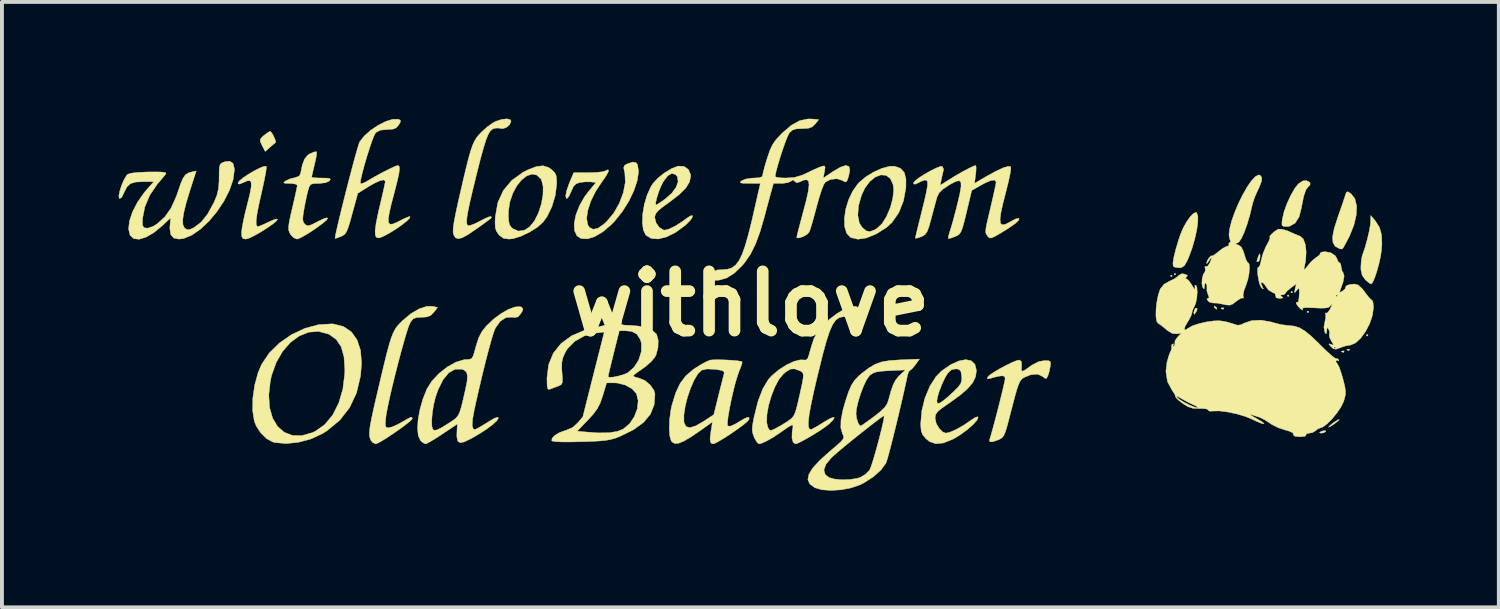
<source format=kicad_pcb>
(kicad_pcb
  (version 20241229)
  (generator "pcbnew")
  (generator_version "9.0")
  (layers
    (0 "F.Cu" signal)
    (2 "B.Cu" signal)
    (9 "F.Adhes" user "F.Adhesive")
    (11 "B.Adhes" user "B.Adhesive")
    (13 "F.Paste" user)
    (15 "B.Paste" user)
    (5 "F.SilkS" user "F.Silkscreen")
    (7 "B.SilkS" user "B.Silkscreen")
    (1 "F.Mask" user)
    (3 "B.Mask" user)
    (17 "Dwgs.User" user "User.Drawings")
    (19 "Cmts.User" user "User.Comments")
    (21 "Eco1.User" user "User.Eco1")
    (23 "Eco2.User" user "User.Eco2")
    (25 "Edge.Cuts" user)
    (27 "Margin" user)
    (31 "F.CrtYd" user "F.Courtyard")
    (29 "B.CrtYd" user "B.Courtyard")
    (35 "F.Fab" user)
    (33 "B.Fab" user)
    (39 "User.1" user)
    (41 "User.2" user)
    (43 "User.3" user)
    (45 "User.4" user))
  (footprint "withlove"
    (layer "F.Cu")
    (at 16.229 4.759)
    (property "Reference" "withlove" (at 0 0 0) (layer "F.SilkS") (effects (font (size 1.524 1.524) (thickness 0.3))))
    (attr through_hole)
    (fp_poly (pts (xy 10.853 -0.716) (xy 10.83 -0.693) (xy 10.807 -0.716) (xy 10.83 -0.739) (xy 10.853 -0.716)) (stroke (width 0.01) (type solid)) (fill yes) (layer "F.SilkS"))
    (fp_poly (pts (xy 10.945 -0.762) (xy 10.922 -0.739) (xy 10.899 -0.762) (xy 10.922 -0.785) (xy 10.945 -0.762)) (stroke (width 0.01) (type solid)) (fill yes) (layer "F.SilkS"))
    (fp_poly (pts (xy 13.855 -0.208) (xy 13.831 -0.185) (xy 13.808 -0.208) (xy 13.831 -0.231) (xy 13.855 -0.208)) (stroke (width 0.01) (type solid)) (fill yes) (layer "F.SilkS"))
    (fp_poly (pts (xy 13.947 -0.3) (xy 13.924 -0.277) (xy 13.901 -0.3) (xy 13.924 -0.323) (xy 13.947 -0.3)) (stroke (width 0.01) (type solid)) (fill yes) (layer "F.SilkS"))
    (fp_poly (pts (xy 14.363 0.208) (xy 14.339 0.231) (xy 14.316 0.208) (xy 14.339 0.185) (xy 14.363 0.208)) (stroke (width 0.01) (type solid)) (fill yes) (layer "F.SilkS"))
    (fp_poly (pts (xy 15.887 0.808) (xy 15.863 0.831) (xy 15.84 0.808) (xy 15.863 0.785) (xy 15.887 0.808)) (stroke (width 0.01) (type solid)) (fill yes) (layer "F.SilkS"))
    (fp_poly (pts (xy 12.177 0.108) (xy 12.17 0.135) (xy 12.146 0.139) (xy 12.108 0.122) (xy 12.115 0.108) (xy 12.17 0.102) (xy 12.177 0.108)) (stroke (width 0.01) (type solid)) (fill yes) (layer "F.SilkS"))
    (fp_poly (pts (xy 15.271 1.216) (xy 15.264 1.244) (xy 15.24 1.247) (xy 15.202 1.23) (xy 15.209 1.216) (xy 15.264 1.211) (xy 15.271 1.216)) (stroke (width 0.01) (type solid)) (fill yes) (layer "F.SilkS"))
    (fp_poly (pts (xy 15.409 1.17) (xy 15.403 1.197) (xy 15.379 1.201) (xy 15.341 1.184) (xy 15.348 1.17) (xy 15.403 1.164) (xy 15.409 1.17)) (stroke (width 0.01) (type solid)) (fill yes) (layer "F.SilkS"))
    (fp_poly (pts (xy 11.954 0.065) (xy 12.004 0.111) (xy 11.993 0.138) (xy 11.987 0.139) (xy 11.948 0.106) (xy 11.934 0.085) (xy 11.928 0.054) (xy 11.954 0.065)) (stroke (width 0.01) (type solid)) (fill yes) (layer "F.SilkS"))
    (fp_poly (pts (xy 11.487 0.167) (xy 11.453 0.231) (xy 11.417 0.274) (xy 11.408 0.233) (xy 11.408 0.222) (xy 11.431 0.139) (xy 11.453 0.115) (xy 11.494 0.112) (xy 11.487 0.167)) (stroke (width 0.01) (type solid)) (fill yes) (layer "F.SilkS"))
    (fp_poly (pts (xy 14.799 3.283) (xy 14.748 3.315) (xy 14.678 3.326) (xy 14.64 3.31) (xy 14.64 3.307) (xy 14.678 3.283) (xy 14.732 3.266) (xy 14.795 3.262) (xy 14.799 3.283)) (stroke (width 0.01) (type solid)) (fill yes) (layer "F.SilkS"))
    (fp_poly (pts (xy 13.11 -1.263) (xy 13.112 -1.215) (xy 13.096 -1.122) (xy 13.069 -1.085) (xy 13.029 -1.082) (xy 13.027 -1.094) (xy 13.046 -1.163) (xy 13.069 -1.224) (xy 13.1 -1.287) (xy 13.11 -1.263)) (stroke (width 0.01) (type solid)) (fill yes) (layer "F.SilkS"))
    (fp_poly (pts (xy 15.148 2.972) (xy 15.114 3.012) (xy 15.03 3.079) (xy 15.009 3.094) (xy 14.92 3.152) (xy 14.873 3.172) (xy 14.871 3.17) (xy 14.904 3.131) (xy 14.988 3.063) (xy 15.009 3.048) (xy 15.098 2.99) (xy 15.145 2.97) (xy 15.148 2.972)) (stroke (width 0.01) (type solid)) (fill yes) (layer "F.SilkS"))
    (fp_poly (pts (xy -12.296 -4.398) (xy -12.248 -4.315) (xy -12.208 -4.222) (xy -12.193 -4.155) (xy -12.197 -4.143) (xy -12.24 -4.109) (xy -12.323 -4.038) (xy -12.338 -4.025) (xy -12.462 -3.916) (xy -12.541 -4.068) (xy -12.589 -4.171) (xy -12.586 -4.235) (xy -12.526 -4.301) (xy -12.495 -4.327) (xy -12.403 -4.398) (xy -12.338 -4.433) (xy -12.334 -4.433) (xy -12.296 -4.398)) (stroke (width 0.01) (type solid)) (fill yes) (layer "F.SilkS"))
    (fp_poly (pts (xy 14.396 -3.115) (xy 14.396 -3.055) (xy 14.36 -3.023) (xy 14.292 -2.935) (xy 14.232 -2.764) (xy 14.183 -2.518) (xy 14.176 -2.477) (xy 14.115 -2.236) (xy 14.012 -2.074) (xy 13.871 -1.994) (xy 13.794 -1.986) (xy 13.71 -1.991) (xy 13.674 -2.023) (xy 13.674 -2.106) (xy 13.685 -2.185) (xy 13.728 -2.368) (xy 13.805 -2.581) (xy 13.903 -2.792) (xy 14.007 -2.972) (xy 14.099 -3.087) (xy 14.219 -3.164) (xy 14.312 -3.165) (xy 14.396 -3.115)) (stroke (width 0.01) (type solid)) (fill yes) (layer "F.SilkS"))
    (fp_poly (pts (xy 11.482 -2.341) (xy 11.512 -2.255) (xy 11.511 -2.102) (xy 11.484 -1.901) (xy 11.433 -1.67) (xy 11.363 -1.429) (xy 11.277 -1.196) (xy 11.233 -1.097) (xy 11.164 -0.98) (xy 11.087 -0.931) (xy 11.029 -0.924) (xy 10.927 -0.938) (xy 10.878 -0.967) (xy 10.871 -1.045) (xy 10.894 -1.193) (xy 10.943 -1.395) (xy 11.015 -1.636) (xy 11.062 -1.776) (xy 11.135 -1.949) (xy 11.224 -2.11) (xy 11.318 -2.242) (xy 11.404 -2.327) (xy 11.469 -2.35) (xy 11.482 -2.341)) (stroke (width 0.01) (type solid)) (fill yes) (layer "F.SilkS"))
    (fp_poly (pts (xy 15.431 -2.842) (xy 15.449 -2.829) (xy 15.548 -2.702) (xy 15.593 -2.516) (xy 15.584 -2.284) (xy 15.522 -2.02) (xy 15.409 -1.739) (xy 15.371 -1.665) (xy 15.294 -1.521) (xy 15.248 -1.44) (xy 15.216 -1.408) (xy 15.185 -1.408) (xy 15.148 -1.42) (xy 15.041 -1.479) (xy 14.984 -1.577) (xy 14.975 -1.725) (xy 15.016 -1.933) (xy 15.104 -2.209) (xy 15.106 -2.217) (xy 15.175 -2.413) (xy 15.238 -2.594) (xy 15.282 -2.73) (xy 15.292 -2.76) (xy 15.326 -2.859) (xy 15.363 -2.882) (xy 15.431 -2.842)) (stroke (width 0.01) (type solid)) (fill yes) (layer "F.SilkS"))
    (fp_poly (pts (xy 16.079 -2.123) (xy 16.18 -1.964) (xy 16.233 -1.777) (xy 16.243 -1.538) (xy 16.231 -1.373) (xy 16.206 -1.206) (xy 16.164 -1.019) (xy 16.113 -0.834) (xy 16.059 -0.673) (xy 16.008 -0.557) (xy 15.969 -0.508) (xy 15.966 -0.508) (xy 15.911 -0.538) (xy 15.826 -0.61) (xy 15.815 -0.621) (xy 15.735 -0.731) (xy 15.704 -0.871) (xy 15.702 -0.942) (xy 15.711 -1.096) (xy 15.734 -1.228) (xy 15.743 -1.256) (xy 15.805 -1.435) (xy 15.864 -1.646) (xy 15.914 -1.854) (xy 15.945 -2.029) (xy 15.952 -2.108) (xy 15.956 -2.27) (xy 16.079 -2.123)) (stroke (width 0.01) (type solid)) (fill yes) (layer "F.SilkS"))
    (fp_poly (pts (xy -12.433 -3.535) (xy -12.433 -3.482) (xy -12.451 -3.357) (xy -12.486 -3.176) (xy -12.534 -2.955) (xy -12.552 -2.873) (xy -12.625 -2.551) (xy -12.672 -2.31) (xy -12.694 -2.141) (xy -12.693 -2.037) (xy -12.67 -1.99) (xy -12.652 -1.986) (xy -12.587 -2.005) (xy -12.47 -2.056) (xy -12.375 -2.102) (xy -12.251 -2.157) (xy -12.168 -2.18) (xy -12.146 -2.17) (xy -12.183 -2.12) (xy -12.282 -2.04) (xy -12.421 -1.944) (xy -12.578 -1.845) (xy -12.734 -1.756) (xy -12.866 -1.691) (xy -12.954 -1.663) (xy -12.96 -1.663) (xy -13.033 -1.675) (xy -13.064 -1.73) (xy -13.069 -1.832) (xy -13.058 -1.944) (xy -13.026 -2.119) (xy -12.978 -2.334) (xy -12.924 -2.551) (xy -12.858 -2.813) (xy -12.823 -2.997) (xy -12.82 -3.111) (xy -12.85 -3.164) (xy -12.915 -3.164) (xy -13.016 -3.121) (xy -13.018 -3.12) (xy -13.118 -3.077) (xy -13.158 -3.086) (xy -13.162 -3.105) (xy -13.125 -3.16) (xy -13.029 -3.239) (xy -12.895 -3.329) (xy -12.747 -3.416) (xy -12.606 -3.489) (xy -12.494 -3.533) (xy -12.434 -3.536) (xy -12.433 -3.535)) (stroke (width 0.01) (type solid)) (fill yes) (layer "F.SilkS"))
    (fp_poly (pts (xy 3.872 -3.479) (xy 3.967 -3.371) (xy 4.009 -3.201) (xy 4.007 -2.985) (xy 3.945 -2.645) (xy 3.824 -2.341) (xy 3.65 -2.091) (xy 3.508 -1.961) (xy 3.24 -1.793) (xy 2.991 -1.692) (xy 2.772 -1.66) (xy 2.594 -1.702) (xy 2.578 -1.71) (xy 2.482 -1.817) (xy 2.432 -1.983) (xy 2.425 -2.191) (xy 2.438 -2.276) (xy 2.771 -2.276) (xy 2.809 -2.079) (xy 2.884 -1.961) (xy 2.988 -1.875) (xy 3.081 -1.855) (xy 3.198 -1.899) (xy 3.262 -1.936) (xy 3.392 -2.058) (xy 3.51 -2.246) (xy 3.606 -2.472) (xy 3.67 -2.709) (xy 3.693 -2.93) (xy 3.677 -3.065) (xy 3.606 -3.22) (xy 3.498 -3.301) (xy 3.367 -3.313) (xy 3.223 -3.26) (xy 3.081 -3.146) (xy 2.953 -2.975) (xy 2.866 -2.789) (xy 2.789 -2.518) (xy 2.771 -2.276) (xy 2.438 -2.276) (xy 2.458 -2.423) (xy 2.529 -2.661) (xy 2.633 -2.886) (xy 2.769 -3.08) (xy 2.803 -3.118) (xy 2.975 -3.262) (xy 3.18 -3.388) (xy 3.393 -3.483) (xy 3.587 -3.534) (xy 3.719 -3.536) (xy 3.872 -3.479)) (stroke (width 0.01) (type solid)) (fill yes) (layer "F.SilkS"))
    (fp_poly (pts (xy -5.177 -3.504) (xy -5.094 -3.444) (xy -5.02 -3.37) (xy -4.982 -3.29) (xy -4.97 -3.173) (xy -4.971 -3.063) (xy -5.006 -2.786) (xy -5.091 -2.502) (xy -5.213 -2.247) (xy -5.319 -2.1) (xy -5.466 -1.969) (xy -5.663 -1.845) (xy -5.877 -1.742) (xy -6.077 -1.677) (xy -6.192 -1.663) (xy -6.337 -1.683) (xy -6.441 -1.759) (xy -6.467 -1.79) (xy -6.521 -1.871) (xy -6.548 -1.96) (xy -6.554 -2.088) (xy -6.547 -2.24) (xy -6.533 -2.317) (xy -6.211 -2.317) (xy -6.206 -2.149) (xy -6.187 -2.045) (xy -6.144 -1.974) (xy -6.099 -1.933) (xy -5.955 -1.869) (xy -5.797 -1.892) (xy -5.664 -1.978) (xy -5.541 -2.13) (xy -5.439 -2.334) (xy -5.364 -2.565) (xy -5.322 -2.799) (xy -5.318 -3.012) (xy -5.358 -3.177) (xy -5.375 -3.208) (xy -5.482 -3.31) (xy -5.606 -3.333) (xy -5.739 -3.288) (xy -5.872 -3.185) (xy -5.994 -3.033) (xy -6.097 -2.843) (xy -6.172 -2.624) (xy -6.209 -2.387) (xy -6.211 -2.317) (xy -6.533 -2.317) (xy -6.483 -2.601) (xy -6.341 -2.913) (xy -6.122 -3.174) (xy -5.826 -3.386) (xy -5.706 -3.446) (xy -5.489 -3.529) (xy -5.319 -3.548) (xy -5.177 -3.504)) (stroke (width 0.01) (type solid)) (fill yes) (layer "F.SilkS"))
    (fp_poly (pts (xy -10.707 0.519) (xy -10.45 0.584) (xy -10.247 0.721) (xy -10.101 0.926) (xy -10.012 1.195) (xy -9.985 1.524) (xy -10.012 1.858) (xy -10.115 2.291) (xy -10.293 2.669) (xy -10.545 2.992) (xy -10.873 3.263) (xy -10.992 3.337) (xy -11.286 3.474) (xy -11.607 3.56) (xy -11.925 3.593) (xy -12.212 3.566) (xy -12.268 3.552) (xy -12.424 3.468) (xy -12.574 3.322) (xy -12.693 3.142) (xy -12.743 3.015) (xy -12.785 2.742) (xy -12.78 2.424) (xy -12.769 2.348) (xy -12.37 2.348) (xy -12.349 2.669) (xy -12.272 2.939) (xy -12.145 3.152) (xy -11.973 3.302) (xy -11.763 3.383) (xy -11.519 3.388) (xy -11.248 3.311) (xy -11.172 3.275) (xy -10.93 3.104) (xy -10.728 2.859) (xy -10.572 2.551) (xy -10.466 2.193) (xy -10.418 1.796) (xy -10.415 1.686) (xy -10.438 1.358) (xy -10.51 1.104) (xy -10.636 0.916) (xy -10.818 0.786) (xy -10.843 0.775) (xy -11.093 0.71) (xy -11.344 0.73) (xy -11.587 0.827) (xy -11.813 0.993) (xy -12.013 1.221) (xy -12.176 1.502) (xy -12.295 1.831) (xy -12.33 1.984) (xy -12.37 2.348) (xy -12.769 2.348) (xy -12.732 2.09) (xy -12.646 1.773) (xy -12.557 1.561) (xy -12.361 1.268) (xy -12.097 1.009) (xy -11.786 0.793) (xy -11.444 0.632) (xy -11.092 0.536) (xy -10.748 0.516) (xy -10.707 0.519)) (stroke (width 0.01) (type solid)) (fill yes) (layer "F.SilkS"))
    (fp_poly (pts (xy -6.161 -4.732) (xy -6.142 -4.695) (xy -6.179 -4.606) (xy -6.264 -4.532) (xy -6.36 -4.501) (xy -6.39 -4.507) (xy -6.493 -4.519) (xy -6.576 -4.508) (xy -6.632 -4.483) (xy -6.683 -4.432) (xy -6.734 -4.344) (xy -6.788 -4.209) (xy -6.848 -4.017) (xy -6.92 -3.759) (xy -7.005 -3.425) (xy -7.04 -3.283) (xy -7.132 -2.908) (xy -7.201 -2.612) (xy -7.248 -2.387) (xy -7.275 -2.224) (xy -7.285 -2.113) (xy -7.277 -2.045) (xy -7.255 -2.012) (xy -7.254 -2.011) (xy -7.189 -2.015) (xy -7.073 -2.059) (xy -6.944 -2.124) (xy -6.808 -2.195) (xy -6.706 -2.237) (xy -6.661 -2.243) (xy -6.647 -2.23) (xy -6.647 -2.215) (xy -6.672 -2.189) (xy -6.733 -2.141) (xy -6.844 -2.061) (xy -7.017 -1.937) (xy -7.038 -1.923) (xy -7.246 -1.781) (xy -7.396 -1.699) (xy -7.5 -1.672) (xy -7.57 -1.697) (xy -7.618 -1.773) (xy -7.621 -1.781) (xy -7.633 -1.846) (xy -7.629 -1.948) (xy -7.608 -2.099) (xy -7.568 -2.311) (xy -7.507 -2.594) (xy -7.463 -2.786) (xy -7.373 -3.178) (xy -7.298 -3.491) (xy -7.236 -3.737) (xy -7.183 -3.925) (xy -7.134 -4.069) (xy -7.085 -4.178) (xy -7.034 -4.264) (xy -6.975 -4.338) (xy -6.905 -4.412) (xy -6.897 -4.42) (xy -6.759 -4.543) (xy -6.618 -4.645) (xy -6.534 -4.691) (xy -6.377 -4.741) (xy -6.245 -4.754) (xy -6.161 -4.732)) (stroke (width 0.01) (type solid)) (fill yes) (layer "F.SilkS"))
    (fp_poly (pts (xy -1.696 -3.531) (xy -1.581 -3.451) (xy -1.526 -3.317) (xy -1.524 -3.283) (xy -1.555 -3.132) (xy -1.652 -2.975) (xy -1.823 -2.805) (xy -2.074 -2.612) (xy -2.249 -2.486) (xy -2.36 -2.394) (xy -2.42 -2.322) (xy -2.445 -2.255) (xy -2.448 -2.214) (xy -2.415 -2.082) (xy -2.335 -1.967) (xy -2.231 -1.9) (xy -2.191 -1.893) (xy -2.076 -1.923) (xy -1.916 -2.002) (xy -1.735 -2.118) (xy -1.651 -2.181) (xy -1.539 -2.256) (xy -1.483 -2.269) (xy -1.48 -2.231) (xy -1.529 -2.154) (xy -1.63 -2.049) (xy -1.671 -2.013) (xy -1.913 -1.835) (xy -2.147 -1.718) (xy -2.361 -1.666) (xy -2.542 -1.681) (xy -2.677 -1.764) (xy -2.741 -1.892) (xy -2.767 -2.081) (xy -2.758 -2.309) (xy -2.717 -2.554) (xy -2.701 -2.608) (xy -2.423 -2.608) (xy -2.423 -2.545) (xy -2.416 -2.54) (xy -2.369 -2.565) (xy -2.272 -2.629) (xy -2.185 -2.69) (xy -2.014 -2.84) (xy -1.899 -2.995) (xy -1.848 -3.142) (xy -1.867 -3.266) (xy -1.911 -3.32) (xy -2.008 -3.352) (xy -2.113 -3.293) (xy -2.227 -3.143) (xy -2.238 -3.123) (xy -2.297 -3.004) (xy -2.353 -2.862) (xy -2.397 -2.721) (xy -2.423 -2.608) (xy -2.701 -2.608) (xy -2.646 -2.794) (xy -2.549 -3.007) (xy -2.497 -3.09) (xy -2.367 -3.231) (xy -2.194 -3.369) (xy -2.009 -3.479) (xy -1.848 -3.54) (xy -1.696 -3.531)) (stroke (width 0.01) (type solid)) (fill yes) (layer "F.SilkS"))
    (fp_poly (pts (xy 6.976 1.486) (xy 6.982 1.596) (xy 6.981 1.611) (xy 6.976 1.697) (xy 6.992 1.733) (xy 7.044 1.718) (xy 7.146 1.649) (xy 7.24 1.579) (xy 7.418 1.487) (xy 7.563 1.46) (xy 7.676 1.462) (xy 7.721 1.491) (xy 7.723 1.567) (xy 7.722 1.584) (xy 7.694 1.731) (xy 7.663 1.833) (xy 7.625 1.913) (xy 7.583 1.916) (xy 7.534 1.876) (xy 7.398 1.809) (xy 7.223 1.822) (xy 7.086 1.875) (xy 7.03 1.903) (xy 6.984 1.937) (xy 6.945 1.987) (xy 6.906 2.067) (xy 6.864 2.187) (xy 6.814 2.361) (xy 6.751 2.6) (xy 6.669 2.915) (xy 6.666 2.928) (xy 6.608 3.148) (xy 6.563 3.295) (xy 6.523 3.388) (xy 6.478 3.443) (xy 6.42 3.479) (xy 6.387 3.494) (xy 6.24 3.546) (xy 6.165 3.547) (xy 6.155 3.498) (xy 6.161 3.482) (xy 6.189 3.392) (xy 6.233 3.237) (xy 6.287 3.037) (xy 6.347 2.809) (xy 6.407 2.573) (xy 6.463 2.348) (xy 6.51 2.152) (xy 6.543 2.005) (xy 6.558 1.925) (xy 6.558 1.92) (xy 6.542 1.864) (xy 6.477 1.851) (xy 6.408 1.86) (xy 6.274 1.889) (xy 6.171 1.92) (xy 6.106 1.931) (xy 6.104 1.889) (xy 6.153 1.838) (xy 6.264 1.762) (xy 6.413 1.673) (xy 6.577 1.585) (xy 6.733 1.509) (xy 6.858 1.459) (xy 6.927 1.445) (xy 6.976 1.486)) (stroke (width 0.01) (type solid)) (fill yes) (layer "F.SilkS"))
    (fp_poly (pts (xy -8.151 0.065) (xy -8.031 0.095) (xy -8.13 0.22) (xy -8.212 0.302) (xy -8.313 0.338) (xy -8.44 0.346) (xy -8.578 0.354) (xy -8.661 0.389) (xy -8.725 0.469) (xy -8.738 0.492) (xy -8.777 0.584) (xy -8.831 0.75) (xy -8.897 0.975) (xy -8.971 1.241) (xy -9.049 1.534) (xy -9.126 1.838) (xy -9.199 2.136) (xy -9.263 2.412) (xy -9.314 2.65) (xy -9.349 2.836) (xy -9.36 2.915) (xy -9.373 3.066) (xy -9.369 3.148) (xy -9.342 3.181) (xy -9.291 3.187) (xy -9.2 3.164) (xy -9.065 3.105) (xy -8.959 3.048) (xy -8.814 2.964) (xy -8.731 2.922) (xy -8.693 2.917) (xy -8.682 2.942) (xy -8.682 2.953) (xy -8.718 2.998) (xy -8.815 3.079) (xy -8.953 3.183) (xy -9.114 3.297) (xy -9.279 3.409) (xy -9.431 3.505) (xy -9.551 3.574) (xy -9.62 3.602) (xy -9.622 3.602) (xy -9.701 3.565) (xy -9.743 3.513) (xy -9.769 3.452) (xy -9.783 3.38) (xy -9.782 3.283) (xy -9.766 3.15) (xy -9.733 2.969) (xy -9.681 2.726) (xy -9.609 2.41) (xy -9.584 2.306) (xy -9.485 1.884) (xy -9.403 1.542) (xy -9.336 1.269) (xy -9.278 1.056) (xy -9.228 0.892) (xy -9.18 0.767) (xy -9.133 0.671) (xy -9.082 0.593) (xy -9.023 0.525) (xy -8.953 0.454) (xy -8.931 0.432) (xy -8.721 0.256) (xy -8.507 0.131) (xy -8.309 0.065) (xy -8.151 0.065)) (stroke (width 0.01) (type solid)) (fill yes) (layer "F.SilkS"))
    (fp_poly (pts (xy -2.925 -3.625) (xy -2.891 -3.575) (xy -2.865 -3.394) (xy -2.899 -3.167) (xy -2.984 -2.909) (xy -3.115 -2.638) (xy -3.283 -2.37) (xy -3.481 -2.123) (xy -3.561 -2.04) (xy -3.781 -1.852) (xy -3.992 -1.727) (xy -4.183 -1.668) (xy -4.344 -1.679) (xy -4.449 -1.747) (xy -4.512 -1.881) (xy -4.519 -2.067) (xy -4.475 -2.286) (xy -4.384 -2.522) (xy -4.25 -2.755) (xy -4.151 -2.886) (xy -3.96 -3.117) (xy -4.089 -3.133) (xy -4.23 -3.135) (xy -4.368 -3.12) (xy -4.47 -3.086) (xy -4.538 -3.017) (xy -4.598 -2.886) (xy -4.651 -2.771) (xy -4.698 -2.709) (xy -4.717 -2.705) (xy -4.738 -2.771) (xy -4.714 -2.906) (xy -4.646 -3.1) (xy -4.615 -3.175) (xy -4.531 -3.371) (xy -4.145 -3.371) (xy -3.957 -3.377) (xy -3.807 -3.392) (xy -3.719 -3.415) (xy -3.709 -3.421) (xy -3.653 -3.445) (xy -3.635 -3.433) (xy -3.649 -3.38) (xy -3.708 -3.276) (xy -3.8 -3.143) (xy -3.811 -3.129) (xy -3.971 -2.886) (xy -4.092 -2.64) (xy -4.169 -2.406) (xy -4.199 -2.201) (xy -4.175 -2.04) (xy -4.128 -1.964) (xy -4.031 -1.915) (xy -3.909 -1.942) (xy -3.756 -2.049) (xy -3.688 -2.111) (xy -3.506 -2.327) (xy -3.359 -2.584) (xy -3.257 -2.856) (xy -3.206 -3.122) (xy -3.217 -3.356) (xy -3.225 -3.389) (xy -3.247 -3.498) (xy -3.225 -3.557) (xy -3.156 -3.597) (xy -3.013 -3.644) (xy -2.925 -3.625)) (stroke (width 0.01) (type solid)) (fill yes) (layer "F.SilkS"))
    (fp_poly (pts (xy -11.143 -3.907) (xy -11.14 -3.853) (xy -11.159 -3.736) (xy -11.193 -3.583) (xy -11.231 -3.427) (xy -11.258 -3.31) (xy -11.268 -3.258) (xy -11.227 -3.244) (xy -11.118 -3.235) (xy -11.009 -3.233) (xy -10.864 -3.23) (xy -10.796 -3.217) (xy -10.789 -3.189) (xy -10.807 -3.163) (xy -10.9 -3.114) (xy -11.066 -3.094) (xy -11.087 -3.094) (xy -11.222 -3.09) (xy -11.295 -3.066) (xy -11.334 -3.002) (xy -11.359 -2.921) (xy -11.394 -2.782) (xy -11.433 -2.597) (xy -11.463 -2.436) (xy -11.49 -2.265) (xy -11.496 -2.159) (xy -11.478 -2.093) (xy -11.444 -2.049) (xy -11.396 -2.012) (xy -11.34 -2.008) (xy -11.252 -2.041) (xy -11.111 -2.114) (xy -10.974 -2.181) (xy -10.882 -2.21) (xy -10.853 -2.2) (xy -10.889 -2.15) (xy -10.985 -2.068) (xy -11.12 -1.968) (xy -11.273 -1.863) (xy -11.424 -1.769) (xy -11.552 -1.697) (xy -11.637 -1.664) (xy -11.647 -1.663) (xy -11.73 -1.698) (xy -11.797 -1.765) (xy -11.836 -1.828) (xy -11.858 -1.891) (xy -11.861 -1.975) (xy -11.846 -2.094) (xy -11.81 -2.269) (xy -11.753 -2.512) (xy -11.706 -2.716) (xy -11.668 -2.887) (xy -11.644 -3.005) (xy -11.638 -3.048) (xy -11.679 -3.076) (xy -11.782 -3.093) (xy -11.833 -3.094) (xy -11.95 -3.097) (xy -11.988 -3.11) (xy -11.959 -3.142) (xy -11.935 -3.159) (xy -11.818 -3.214) (xy -11.705 -3.24) (xy -11.592 -3.28) (xy -11.554 -3.348) (xy -11.507 -3.571) (xy -11.45 -3.721) (xy -11.373 -3.817) (xy -11.309 -3.859) (xy -11.208 -3.902) (xy -11.146 -3.91) (xy -11.143 -3.907)) (stroke (width 0.01) (type solid)) (fill yes) (layer "F.SilkS"))
    (fp_poly (pts (xy 5.686 1.463) (xy 5.781 1.554) (xy 5.819 1.709) (xy 5.819 1.726) (xy 5.798 1.876) (xy 5.728 2.022) (xy 5.601 2.174) (xy 5.409 2.342) (xy 5.143 2.536) (xy 5.069 2.586) (xy 4.913 2.695) (xy 4.82 2.775) (xy 4.774 2.843) (xy 4.759 2.92) (xy 4.758 2.946) (xy 4.786 3.072) (xy 4.858 3.198) (xy 4.95 3.292) (xy 5.033 3.325) (xy 5.144 3.299) (xy 5.302 3.229) (xy 5.482 3.127) (xy 5.639 3.021) (xy 5.773 2.931) (xy 5.846 2.902) (xy 5.865 2.925) (xy 5.828 3) (xy 5.731 3.107) (xy 5.592 3.229) (xy 5.429 3.35) (xy 5.262 3.455) (xy 5.205 3.485) (xy 4.97 3.578) (xy 4.779 3.598) (xy 4.618 3.544) (xy 4.522 3.467) (xy 4.44 3.37) (xy 4.4 3.269) (xy 4.388 3.124) (xy 4.387 3.084) (xy 4.416 2.749) (xy 4.478 2.497) (xy 4.803 2.497) (xy 4.815 2.56) (xy 4.866 2.554) (xy 4.899 2.538) (xy 4.982 2.48) (xy 5.102 2.379) (xy 5.226 2.265) (xy 5.349 2.141) (xy 5.416 2.051) (xy 5.442 1.968) (xy 5.441 1.867) (xy 5.441 1.864) (xy 5.422 1.745) (xy 5.379 1.69) (xy 5.305 1.672) (xy 5.185 1.691) (xy 5.087 1.779) (xy 5.012 1.901) (xy 4.933 2.069) (xy 4.863 2.249) (xy 4.816 2.409) (xy 4.803 2.497) (xy 4.478 2.497) (xy 4.497 2.42) (xy 4.622 2.12) (xy 4.781 1.871) (xy 4.918 1.731) (xy 5.15 1.569) (xy 5.361 1.471) (xy 5.543 1.435) (xy 5.686 1.463)) (stroke (width 0.01) (type solid)) (fill yes) (layer "F.SilkS"))
    (fp_poly (pts (xy -0.625 1.443) (xy -0.454 1.453) (xy -0.309 1.467) (xy -0.219 1.483) (xy -0.203 1.491) (xy -0.208 1.54) (xy -0.244 1.645) (xy -0.273 1.713) (xy -0.323 1.852) (xy -0.379 2.04) (xy -0.434 2.258) (xy -0.486 2.487) (xy -0.53 2.708) (xy -0.563 2.901) (xy -0.579 3.049) (xy -0.577 3.132) (xy -0.572 3.141) (xy -0.502 3.146) (xy -0.37 3.086) (xy -0.308 3.048) (xy -0.148 2.953) (xy -0.054 2.915) (xy -0.02 2.932) (xy -0.03 2.979) (xy -0.079 3.034) (xy -0.187 3.123) (xy -0.335 3.231) (xy -0.502 3.346) (xy -0.668 3.454) (xy -0.813 3.54) (xy -0.916 3.593) (xy -0.95 3.602) (xy -1.006 3.578) (xy -1.026 3.49) (xy -1.027 3.464) (xy -1.021 3.408) (xy -1.006 3.294) (xy -0.997 3.239) (xy -0.967 3.038) (xy -1.257 3.244) (xy -1.507 3.415) (xy -1.698 3.528) (xy -1.838 3.586) (xy -1.938 3.591) (xy -2.007 3.549) (xy -2.03 3.513) (xy -2.064 3.389) (xy -2.076 3.203) (xy -2.068 2.982) (xy -2.051 2.85) (xy -1.699 2.85) (xy -1.699 3.026) (xy -1.691 3.066) (xy -1.639 3.159) (xy -1.542 3.183) (xy -1.396 3.138) (xy -1.196 3.023) (xy -1.188 3.018) (xy -0.931 2.849) (xy -0.81 2.359) (xy -0.758 2.152) (xy -0.713 1.973) (xy -0.68 1.844) (xy -0.666 1.793) (xy -0.668 1.746) (xy -0.723 1.714) (xy -0.847 1.691) (xy -0.893 1.685) (xy -1.1 1.675) (xy -1.24 1.705) (xy -1.245 1.708) (xy -1.339 1.798) (xy -1.435 1.958) (xy -1.526 2.165) (xy -1.606 2.398) (xy -1.666 2.634) (xy -1.699 2.85) (xy -2.051 2.85) (xy -2.039 2.754) (xy -2.008 2.607) (xy -1.911 2.291) (xy -1.796 2.046) (xy -1.653 1.854) (xy -1.466 1.694) (xy -1.423 1.664) (xy -1.267 1.566) (xy -1.126 1.489) (xy -1.029 1.448) (xy -1.028 1.448) (xy -0.939 1.439) (xy -0.795 1.438) (xy -0.625 1.443)) (stroke (width 0.01) (type solid)) (fill yes) (layer "F.SilkS"))
    (fp_poly (pts (xy -9.027 -4.74) (xy -8.983 -4.711) (xy -8.993 -4.66) (xy -9.032 -4.596) (xy -9.097 -4.522) (xy -9.186 -4.488) (xy -9.327 -4.48) (xy -9.495 -4.464) (xy -9.603 -4.413) (xy -9.629 -4.387) (xy -9.666 -4.316) (xy -9.72 -4.177) (xy -9.783 -3.991) (xy -9.85 -3.779) (xy -9.913 -3.563) (xy -9.967 -3.364) (xy -10.004 -3.203) (xy -10.019 -3.103) (xy -9.987 -3.085) (xy -9.887 -3.127) (xy -9.825 -3.163) (xy -9.657 -3.262) (xy -9.476 -3.361) (xy -9.304 -3.449) (xy -9.161 -3.517) (xy -9.07 -3.553) (xy -9.053 -3.556) (xy -9.02 -3.537) (xy -9.009 -3.474) (xy -9.023 -3.355) (xy -9.063 -3.171) (xy -9.129 -2.911) (xy -9.138 -2.876) (xy -9.22 -2.566) (xy -9.273 -2.336) (xy -9.297 -2.178) (xy -9.291 -2.084) (xy -9.252 -2.044) (xy -9.179 -2.052) (xy -9.07 -2.098) (xy -8.998 -2.135) (xy -8.867 -2.2) (xy -8.772 -2.238) (xy -8.738 -2.242) (xy -8.752 -2.198) (xy -8.829 -2.123) (xy -8.949 -2.028) (xy -9.096 -1.925) (xy -9.25 -1.829) (xy -9.393 -1.75) (xy -9.506 -1.701) (xy -9.547 -1.692) (xy -9.604 -1.707) (xy -9.634 -1.769) (xy -9.636 -1.887) (xy -9.612 -2.069) (xy -9.56 -2.325) (xy -9.516 -2.515) (xy -9.463 -2.737) (xy -9.42 -2.928) (xy -9.389 -3.069) (xy -9.375 -3.141) (xy -9.375 -3.145) (xy -9.41 -3.184) (xy -9.508 -3.166) (xy -9.662 -3.096) (xy -9.809 -3.011) (xy -10.082 -2.84) (xy -10.225 -2.316) (xy -10.287 -2.091) (xy -10.336 -1.939) (xy -10.378 -1.842) (xy -10.422 -1.784) (xy -10.478 -1.747) (xy -10.518 -1.729) (xy -10.617 -1.692) (xy -10.667 -1.681) (xy -10.668 -1.682) (xy -10.657 -1.757) (xy -10.625 -1.905) (xy -10.577 -2.113) (xy -10.516 -2.364) (xy -10.447 -2.644) (xy -10.373 -2.938) (xy -10.297 -3.231) (xy -10.224 -3.508) (xy -10.158 -3.755) (xy -10.101 -3.956) (xy -10.059 -4.097) (xy -10.035 -4.162) (xy -9.916 -4.314) (xy -9.751 -4.46) (xy -9.56 -4.589) (xy -9.365 -4.687) (xy -9.186 -4.743) (xy -9.045 -4.745) (xy -9.027 -4.74)) (stroke (width 0.01) (type solid)) (fill yes) (layer "F.SilkS"))
    (fp_poly (pts (xy -13.289 -3.609) (xy -13.255 -3.474) (xy -13.254 -3.443) (xy -13.288 -3.189) (xy -13.381 -2.917) (xy -13.522 -2.64) (xy -13.7 -2.372) (xy -13.904 -2.128) (xy -14.123 -1.921) (xy -14.344 -1.767) (xy -14.558 -1.678) (xy -14.678 -1.663) (xy -14.814 -1.69) (xy -14.89 -1.779) (xy -14.913 -1.937) (xy -14.91 -2.003) (xy -14.894 -2.208) (xy -15.106 -2.009) (xy -15.324 -1.83) (xy -15.526 -1.712) (xy -15.702 -1.659) (xy -15.841 -1.674) (xy -15.935 -1.759) (xy -15.936 -1.762) (xy -15.974 -1.922) (xy -15.951 -2.128) (xy -15.872 -2.364) (xy -15.745 -2.611) (xy -15.576 -2.853) (xy -15.518 -2.921) (xy -15.325 -3.14) (xy -15.585 -3.14) (xy -15.788 -3.13) (xy -15.923 -3.091) (xy -16.014 -3.009) (xy -16.086 -2.871) (xy -16.091 -2.858) (xy -16.152 -2.735) (xy -16.202 -2.703) (xy -16.214 -2.711) (xy -16.224 -2.776) (xy -16.201 -2.896) (xy -16.155 -3.04) (xy -16.095 -3.181) (xy -16.032 -3.29) (xy -16 -3.327) (xy -15.916 -3.356) (xy -15.751 -3.377) (xy -15.516 -3.388) (xy -15.451 -3.389) (xy -15.236 -3.39) (xy -15.101 -3.386) (xy -15.03 -3.374) (xy -15.011 -3.354) (xy -15.026 -3.325) (xy -15.089 -3.25) (xy -15.183 -3.137) (xy -15.237 -3.074) (xy -15.428 -2.794) (xy -15.557 -2.488) (xy -15.617 -2.181) (xy -15.616 -2.02) (xy -15.575 -1.954) (xy -15.48 -1.944) (xy -15.35 -1.987) (xy -15.237 -2.056) (xy -15.041 -2.235) (xy -14.882 -2.46) (xy -14.75 -2.753) (xy -14.705 -2.88) (xy -14.633 -3.09) (xy -14.574 -3.229) (xy -14.515 -3.313) (xy -14.444 -3.361) (xy -14.357 -3.388) (xy -14.235 -3.416) (xy -14.394 -2.92) (xy -14.493 -2.594) (xy -14.555 -2.343) (xy -14.583 -2.158) (xy -14.576 -2.03) (xy -14.537 -1.951) (xy -14.526 -1.941) (xy -14.462 -1.904) (xy -14.389 -1.914) (xy -14.29 -1.961) (xy -14.109 -2.098) (xy -13.941 -2.309) (xy -13.781 -2.602) (xy -13.772 -2.621) (xy -13.701 -2.795) (xy -13.663 -2.96) (xy -13.648 -3.158) (xy -13.647 -3.244) (xy -13.646 -3.424) (xy -13.636 -3.533) (xy -13.612 -3.594) (xy -13.566 -3.628) (xy -13.513 -3.648) (xy -13.375 -3.667) (xy -13.289 -3.609)) (stroke (width 0.01) (type solid)) (fill yes) (layer "F.SilkS"))
    (fp_poly (pts (xy 13.112 -3.304) (xy 13.155 -3.247) (xy 13.148 -3.148) (xy 13.088 -2.994) (xy 13.052 -2.919) (xy 12.98 -2.758) (xy 12.924 -2.599) (xy 12.909 -2.54) (xy 12.85 -2.289) (xy 12.78 -2.051) (xy 12.706 -1.844) (xy 12.633 -1.684) (xy 12.57 -1.59) (xy 12.547 -1.574) (xy 12.481 -1.545) (xy 12.502 -1.527) (xy 12.551 -1.513) (xy 12.628 -1.461) (xy 12.685 -1.34) (xy 12.704 -1.275) (xy 12.743 -1.15) (xy 12.782 -1.074) (xy 12.798 -1.062) (xy 12.83 -1.022) (xy 12.838 -0.918) (xy 12.827 -0.777) (xy 12.797 -0.623) (xy 12.751 -0.481) (xy 12.744 -0.465) (xy 12.694 -0.33) (xy 12.674 -0.222) (xy 12.678 -0.189) (xy 12.686 -0.144) (xy 12.673 -0.15) (xy 12.621 -0.144) (xy 12.532 -0.089) (xy 12.505 -0.068) (xy 12.41 0.005) (xy 12.33 0.035) (xy 12.228 0.027) (xy 12.12 0.003) (xy 11.994 -0.018) (xy 11.902 -0.02) (xy 11.81 -0.043) (xy 11.773 -0.074) (xy 11.742 -0.127) (xy 11.772 -0.139) (xy 11.803 -0.16) (xy 11.774 -0.235) (xy 11.743 -0.333) (xy 11.745 -0.389) (xy 11.743 -0.476) (xy 11.727 -0.512) (xy 11.696 -0.539) (xy 11.684 -0.482) (xy 11.683 -0.462) (xy 11.676 -0.387) (xy 11.653 -0.396) (xy 11.637 -0.423) (xy 11.615 -0.516) (xy 11.622 -0.641) (xy 11.65 -0.755) (xy 11.688 -0.811) (xy 11.707 -0.867) (xy 11.697 -0.91) (xy 11.692 -0.96) (xy 11.716 -0.956) (xy 11.766 -0.971) (xy 11.816 -1.043) (xy 11.858 -1.15) (xy 11.863 -1.192) (xy 11.832 -1.16) (xy 11.799 -1.108) (xy 11.753 -1.042) (xy 11.732 -1.04) (xy 11.732 -1.042) (xy 11.756 -1.114) (xy 11.798 -1.18) (xy 11.849 -1.234) (xy 11.867 -1.231) (xy 11.898 -1.234) (xy 11.976 -1.288) (xy 12.032 -1.334) (xy 12.144 -1.42) (xy 12.238 -1.472) (xy 12.266 -1.478) (xy 12.312 -1.501) (xy 12.307 -1.524) (xy 12.312 -1.567) (xy 12.329 -1.57) (xy 12.357 -1.596) (xy 12.332 -1.661) (xy 12.311 -1.771) (xy 12.33 -1.933) (xy 12.381 -2.132) (xy 12.459 -2.352) (xy 12.555 -2.58) (xy 12.663 -2.8) (xy 12.776 -2.998) (xy 12.887 -3.159) (xy 12.989 -3.269) (xy 13.075 -3.313) (xy 13.112 -3.304)) (stroke (width 0.01) (type solid)) (fill yes) (layer "F.SilkS"))
    (fp_poly (pts (xy -5.871 0.088) (xy -5.837 0.13) (xy -5.858 0.199) (xy -5.89 0.25) (xy -5.964 0.336) (xy -6.051 0.353) (xy -6.105 0.344) (xy -6.27 0.352) (xy -6.419 0.447) (xy -6.546 0.625) (xy -6.551 0.636) (xy -6.592 0.742) (xy -6.648 0.925) (xy -6.717 1.175) (xy -6.796 1.477) (xy -6.88 1.821) (xy -6.968 2.192) (xy -7.056 2.58) (xy -7.09 2.737) (xy -7.133 2.975) (xy -7.141 3.133) (xy -7.114 3.217) (xy -7.074 3.233) (xy -7.018 3.209) (xy -6.908 3.147) (xy -6.766 3.06) (xy -6.75 3.049) (xy -6.591 2.953) (xy -6.498 2.914) (xy -6.466 2.931) (xy -6.465 2.933) (xy -6.504 3.001) (xy -6.61 3.101) (xy -6.769 3.22) (xy -6.967 3.348) (xy -7.174 3.467) (xy -7.346 3.55) (xy -7.456 3.571) (xy -7.516 3.526) (xy -7.536 3.409) (xy -7.534 3.3) (xy -7.523 3.09) (xy -7.906 3.346) (xy -8.073 3.455) (xy -8.214 3.54) (xy -8.311 3.592) (xy -8.34 3.602) (xy -8.407 3.571) (xy -8.472 3.513) (xy -8.527 3.392) (xy -8.546 3.205) (xy -8.533 2.994) (xy -8.182 2.994) (xy -8.177 3.147) (xy -8.156 3.225) (xy -8.115 3.253) (xy -8.041 3.24) (xy -7.922 3.18) (xy -7.744 3.069) (xy -7.724 3.056) (xy -7.627 2.992) (xy -7.557 2.936) (xy -7.504 2.871) (xy -7.462 2.782) (xy -7.421 2.652) (xy -7.375 2.464) (xy -7.317 2.211) (xy -7.273 1.993) (xy -7.263 1.847) (xy -7.288 1.755) (xy -7.353 1.702) (xy -7.419 1.68) (xy -7.585 1.683) (xy -7.743 1.773) (xy -7.888 1.947) (xy -8.015 2.201) (xy -8.083 2.392) (xy -8.132 2.59) (xy -8.166 2.8) (xy -8.182 2.994) (xy -8.533 2.994) (xy -8.531 2.973) (xy -8.484 2.714) (xy -8.408 2.445) (xy -8.306 2.189) (xy -8.176 1.984) (xy -7.994 1.79) (xy -7.781 1.623) (xy -7.56 1.5) (xy -7.353 1.437) (xy -7.286 1.432) (xy -7.206 1.428) (xy -7.154 1.404) (xy -7.116 1.341) (xy -7.078 1.219) (xy -7.047 1.101) (xy -6.978 0.881) (xy -6.892 0.714) (xy -6.78 0.573) (xy -6.597 0.398) (xy -6.401 0.252) (xy -6.21 0.143) (xy -6.041 0.081) (xy -5.91 0.073) (xy -5.871 0.088)) (stroke (width 0.01) (type solid)) (fill yes) (layer "F.SilkS"))
    (fp_poly (pts (xy 2.726 0.07) (xy 2.784 0.096) (xy 2.789 0.142) (xy 2.745 0.236) (xy 2.685 0.328) (xy 2.613 0.355) (xy 2.52 0.344) (xy 2.396 0.333) (xy 2.293 0.355) (xy 2.203 0.42) (xy 2.122 0.537) (xy 2.044 0.714) (xy 1.963 0.961) (xy 1.874 1.286) (xy 1.832 1.455) (xy 1.717 1.922) (xy 1.628 2.307) (xy 1.563 2.616) (xy 1.52 2.854) (xy 1.5 3.029) (xy 1.5 3.146) (xy 1.521 3.212) (xy 1.562 3.233) (xy 1.562 3.233) (xy 1.618 3.209) (xy 1.728 3.147) (xy 1.87 3.06) (xy 1.886 3.049) (xy 2.042 2.957) (xy 2.138 2.917) (xy 2.168 2.928) (xy 2.13 2.991) (xy 2.044 3.078) (xy 1.947 3.155) (xy 1.805 3.253) (xy 1.638 3.358) (xy 1.469 3.458) (xy 1.319 3.54) (xy 1.21 3.592) (xy 1.17 3.602) (xy 1.109 3.561) (xy 1.078 3.452) (xy 1.082 3.296) (xy 1.089 3.251) (xy 1.104 3.164) (xy 1.101 3.119) (xy 1.066 3.119) (xy 0.985 3.166) (xy 0.846 3.262) (xy 0.785 3.305) (xy 0.597 3.43) (xy 0.425 3.528) (xy 0.292 3.588) (xy 0.231 3.602) (xy 0.183 3.564) (xy 0.124 3.467) (xy 0.106 3.429) (xy 0.07 3.331) (xy 0.056 3.24) (xy 0.064 3.126) (xy 0.078 3.048) (xy 0.429 3.048) (xy 0.456 3.169) (xy 0.495 3.241) (xy 0.54 3.256) (xy 0.624 3.221) (xy 0.658 3.204) (xy 0.798 3.126) (xy 0.951 3.032) (xy 0.978 3.014) (xy 1.062 2.952) (xy 1.121 2.884) (xy 1.165 2.787) (xy 1.207 2.638) (xy 1.24 2.501) (xy 1.301 2.232) (xy 1.343 2.038) (xy 1.366 1.907) (xy 1.37 1.823) (xy 1.355 1.773) (xy 1.324 1.743) (xy 1.275 1.719) (xy 1.271 1.718) (xy 1.142 1.672) (xy 1.039 1.679) (xy 0.927 1.746) (xy 0.858 1.804) (xy 0.744 1.942) (xy 0.638 2.14) (xy 0.547 2.373) (xy 0.476 2.617) (xy 0.435 2.85) (xy 0.429 3.048) (xy 0.078 3.048) (xy 0.094 2.959) (xy 0.104 2.909) (xy 0.206 2.503) (xy 0.329 2.183) (xy 0.474 1.942) (xy 0.555 1.852) (xy 0.739 1.698) (xy 0.938 1.57) (xy 1.13 1.48) (xy 1.291 1.441) (xy 1.343 1.442) (xy 1.431 1.446) (xy 1.48 1.411) (xy 1.516 1.313) (xy 1.526 1.274) (xy 1.575 1.102) (xy 1.634 0.92) (xy 1.644 0.891) (xy 1.731 0.731) (xy 1.869 0.562) (xy 2.041 0.399) (xy 2.23 0.255) (xy 2.417 0.142) (xy 2.585 0.075) (xy 2.716 0.067) (xy 2.726 0.07)) (stroke (width 0.01) (type solid)) (fill yes) (layer "F.SilkS"))
    (fp_poly (pts (xy 4.253 1.565) (xy 4.178 1.658) (xy 4.121 1.707) (xy 4.113 1.709) (xy 4.077 1.748) (xy 4.049 1.836) (xy 3.983 2.139) (xy 3.91 2.463) (xy 3.833 2.791) (xy 3.756 3.111) (xy 3.683 3.409) (xy 3.616 3.671) (xy 3.56 3.883) (xy 3.517 4.032) (xy 3.492 4.099) (xy 3.364 4.273) (xy 3.17 4.447) (xy 2.934 4.6) (xy 2.826 4.654) (xy 2.598 4.732) (xy 2.34 4.781) (xy 2.08 4.797) (xy 1.846 4.78) (xy 1.667 4.728) (xy 1.663 4.725) (xy 1.538 4.634) (xy 1.487 4.522) (xy 1.511 4.387) (xy 1.581 4.273) (xy 1.899 4.273) (xy 1.934 4.39) (xy 2.032 4.466) (xy 2.174 4.506) (xy 2.368 4.523) (xy 2.577 4.515) (xy 2.763 4.485) (xy 2.838 4.46) (xy 2.969 4.381) (xy 3.072 4.277) (xy 3.075 4.272) (xy 3.106 4.2) (xy 3.151 4.063) (xy 3.206 3.88) (xy 3.265 3.671) (xy 3.323 3.453) (xy 3.375 3.247) (xy 3.417 3.069) (xy 3.443 2.941) (xy 3.448 2.879) (xy 3.447 2.877) (xy 3.407 2.898) (xy 3.309 2.968) (xy 3.168 3.075) (xy 2.996 3.209) (xy 2.807 3.359) (xy 2.614 3.514) (xy 2.43 3.664) (xy 2.271 3.798) (xy 2.147 3.905) (xy 2.087 3.961) (xy 1.95 4.129) (xy 1.899 4.273) (xy 1.581 4.273) (xy 1.611 4.223) (xy 1.791 4.027) (xy 2.051 3.793) (xy 2.054 3.791) (xy 2.223 3.647) (xy 2.332 3.549) (xy 2.39 3.481) (xy 2.409 3.429) (xy 2.397 3.38) (xy 2.375 3.337) (xy 2.334 3.19) (xy 2.338 2.988) (xy 2.371 2.823) (xy 2.725 2.823) (xy 2.74 2.943) (xy 2.776 3.057) (xy 2.821 3.13) (xy 2.843 3.14) (xy 2.887 3.115) (xy 2.987 3.046) (xy 3.124 2.946) (xy 3.189 2.898) (xy 3.356 2.767) (xy 3.463 2.663) (xy 3.525 2.569) (xy 3.56 2.471) (xy 3.624 2.239) (xy 3.682 2.075) (xy 3.744 1.958) (xy 3.821 1.864) (xy 3.851 1.834) (xy 3.995 1.7) (xy 3.591 1.719) (xy 3.386 1.732) (xy 3.249 1.752) (xy 3.157 1.784) (xy 3.085 1.835) (xy 3.071 1.848) (xy 2.998 1.95) (xy 2.918 2.116) (xy 2.841 2.316) (xy 2.777 2.524) (xy 2.735 2.712) (xy 2.725 2.823) (xy 2.371 2.823) (xy 2.39 2.722) (xy 2.455 2.496) (xy 2.534 2.26) (xy 2.608 2.09) (xy 2.693 1.961) (xy 2.803 1.848) (xy 2.874 1.787) (xy 3.059 1.647) (xy 3.221 1.552) (xy 3.389 1.492) (xy 3.591 1.459) (xy 3.855 1.441) (xy 3.875 1.44) (xy 4.355 1.421) (xy 4.253 1.565)) (stroke (width 0.01) (type solid)) (fill yes) (layer "F.SilkS"))
    (fp_poly (pts (xy 5.812 -3.515) (xy 5.809 -3.41) (xy 5.8 -3.326) (xy 5.77 -3.095) (xy 6.049 -3.259) (xy 6.306 -3.401) (xy 6.504 -3.494) (xy 6.638 -3.534) (xy 6.701 -3.524) (xy 6.704 -3.467) (xy 6.685 -3.339) (xy 6.647 -3.158) (xy 6.594 -2.941) (xy 6.58 -2.886) (xy 6.498 -2.567) (xy 6.446 -2.329) (xy 6.427 -2.165) (xy 6.44 -2.067) (xy 6.488 -2.03) (xy 6.571 -2.046) (xy 6.692 -2.108) (xy 6.728 -2.13) (xy 6.834 -2.184) (xy 6.907 -2.2) (xy 6.917 -2.196) (xy 6.907 -2.146) (xy 6.813 -2.06) (xy 6.636 -1.937) (xy 6.445 -1.819) (xy 6.299 -1.734) (xy 6.21 -1.694) (xy 6.158 -1.692) (xy 6.12 -1.723) (xy 6.11 -1.737) (xy 6.08 -1.779) (xy 6.062 -1.82) (xy 6.058 -1.876) (xy 6.068 -1.963) (xy 6.095 -2.097) (xy 6.141 -2.293) (xy 6.188 -2.494) (xy 6.24 -2.716) (xy 6.283 -2.908) (xy 6.313 -3.051) (xy 6.326 -3.125) (xy 6.326 -3.129) (xy 6.293 -3.18) (xy 6.193 -3.17) (xy 6.03 -3.1) (xy 5.938 -3.05) (xy 5.699 -2.913) (xy 5.565 -2.354) (xy 5.508 -2.121) (xy 5.464 -1.961) (xy 5.426 -1.859) (xy 5.386 -1.796) (xy 5.337 -1.758) (xy 5.271 -1.728) (xy 5.164 -1.689) (xy 5.101 -1.676) (xy 5.096 -1.678) (xy 5.099 -1.727) (xy 5.128 -1.831) (xy 5.142 -1.875) (xy 5.179 -1.993) (xy 5.23 -2.175) (xy 5.288 -2.393) (xy 5.334 -2.577) (xy 5.395 -2.837) (xy 5.425 -3.017) (xy 5.421 -3.123) (xy 5.379 -3.164) (xy 5.295 -3.148) (xy 5.165 -3.081) (xy 5.104 -3.045) (xy 4.953 -2.944) (xy 4.864 -2.856) (xy 4.811 -2.753) (xy 4.796 -2.703) (xy 4.759 -2.567) (xy 4.708 -2.379) (xy 4.654 -2.177) (xy 4.647 -2.151) (xy 4.595 -1.966) (xy 4.55 -1.851) (xy 4.501 -1.782) (xy 4.435 -1.739) (xy 4.399 -1.723) (xy 4.3 -1.69) (xy 4.25 -1.685) (xy 4.249 -1.688) (xy 4.259 -1.739) (xy 4.289 -1.864) (xy 4.333 -2.045) (xy 4.388 -2.265) (xy 4.41 -2.355) (xy 4.486 -2.661) (xy 4.537 -2.888) (xy 4.563 -3.043) (xy 4.562 -3.137) (xy 4.534 -3.179) (xy 4.477 -3.178) (xy 4.391 -3.143) (xy 4.339 -3.116) (xy 4.245 -3.074) (xy 4.207 -3.082) (xy 4.203 -3.108) (xy 4.241 -3.159) (xy 4.339 -3.236) (xy 4.476 -3.324) (xy 4.628 -3.411) (xy 4.771 -3.483) (xy 4.884 -3.528) (xy 4.941 -3.533) (xy 4.974 -3.468) (xy 4.97 -3.425) (xy 4.946 -3.326) (xy 4.918 -3.197) (xy 4.918 -3.196) (xy 4.887 -3.044) (xy 5.134 -3.201) (xy 5.305 -3.306) (xy 5.479 -3.405) (xy 5.635 -3.487) (xy 5.75 -3.541) (xy 5.8 -3.556) (xy 5.812 -3.515)) (stroke (width 0.01) (type solid)) (fill yes) (layer "F.SilkS"))
    (fp_poly (pts (xy 1.61 -4.749) (xy 1.766 -4.734) (xy 1.673 -4.619) (xy 1.598 -4.548) (xy 1.503 -4.513) (xy 1.353 -4.503) (xy 1.338 -4.503) (xy 1.186 -4.496) (xy 1.091 -4.466) (xy 1.02 -4.401) (xy 1.005 -4.381) (xy 0.963 -4.299) (xy 0.905 -4.151) (xy 0.839 -3.963) (xy 0.772 -3.758) (xy 0.713 -3.561) (xy 0.669 -3.395) (xy 0.647 -3.285) (xy 0.647 -3.271) (xy 0.689 -3.251) (xy 0.798 -3.237) (xy 0.925 -3.233) (xy 1.14 -3.248) (xy 1.333 -3.304) (xy 1.468 -3.365) (xy 1.625 -3.441) (xy 1.763 -3.502) (xy 1.839 -3.531) (xy 1.907 -3.546) (xy 1.93 -3.516) (xy 1.919 -3.422) (xy 1.914 -3.398) (xy 1.883 -3.232) (xy 2.124 -3.394) (xy 2.322 -3.511) (xy 2.461 -3.557) (xy 2.543 -3.531) (xy 2.565 -3.433) (xy 2.536 -3.283) (xy 2.498 -3.17) (xy 2.463 -3.13) (xy 2.409 -3.148) (xy 2.374 -3.171) (xy 2.229 -3.215) (xy 2.062 -3.193) (xy 1.935 -3.126) (xy 1.894 -3.061) (xy 1.839 -2.922) (xy 1.777 -2.729) (xy 1.712 -2.498) (xy 1.711 -2.494) (xy 1.651 -2.269) (xy 1.596 -2.073) (xy 1.551 -1.925) (xy 1.522 -1.844) (xy 1.52 -1.841) (xy 1.464 -1.783) (xy 1.373 -1.731) (xy 1.28 -1.697) (xy 1.214 -1.692) (xy 1.201 -1.71) (xy 1.212 -1.768) (xy 1.244 -1.897) (xy 1.292 -2.079) (xy 1.35 -2.297) (xy 1.362 -2.342) (xy 1.445 -2.657) (xy 1.497 -2.891) (xy 1.517 -3.054) (xy 1.505 -3.151) (xy 1.459 -3.19) (xy 1.38 -3.179) (xy 1.284 -3.136) (xy 1.2 -3.109) (xy 1.151 -3.147) (xy 1.105 -3.185) (xy 1.055 -3.152) (xy 0.975 -3.116) (xy 0.846 -3.096) (xy 0.8 -3.094) (xy 0.603 -3.094) (xy 0.535 -2.852) (xy 0.49 -2.685) (xy 0.432 -2.472) (xy 0.375 -2.257) (xy 0.371 -2.24) (xy 0.256 -1.846) (xy 0.139 -1.529) (xy 0.01 -1.272) (xy -0.137 -1.059) (xy -0.206 -0.978) (xy -0.405 -0.786) (xy -0.592 -0.667) (xy -0.787 -0.61) (xy -0.925 -0.6) (xy -1.115 -0.6) (xy -1.016 -0.739) (xy -0.936 -0.83) (xy -0.842 -0.87) (xy -0.716 -0.877) (xy -0.584 -0.887) (xy -0.471 -0.922) (xy -0.374 -0.991) (xy -0.287 -1.102) (xy -0.206 -1.265) (xy -0.126 -1.487) (xy -0.043 -1.778) (xy 0.049 -2.146) (xy 0.11 -2.413) (xy 0.265 -3.094) (xy -0.017 -3.096) (xy -0.169 -3.098) (xy -0.242 -3.108) (xy -0.251 -3.129) (xy -0.211 -3.165) (xy -0.109 -3.207) (xy 0.039 -3.23) (xy 0.101 -3.233) (xy 0.245 -3.241) (xy 0.313 -3.27) (xy 0.323 -3.3) (xy 0.337 -3.372) (xy 0.372 -3.508) (xy 0.423 -3.681) (xy 0.444 -3.748) (xy 0.513 -3.95) (xy 0.582 -4.097) (xy 0.671 -4.223) (xy 0.802 -4.362) (xy 0.835 -4.395) (xy 1.065 -4.591) (xy 1.279 -4.708) (xy 1.492 -4.752) (xy 1.61 -4.749)) (stroke (width 0.01) (type solid)) (fill yes) (layer "F.SilkS"))
    (fp_poly (pts (xy -3.299 0.451) (xy -3.308 0.485) (xy -3.308 0.525) (xy -3.254 0.546) (xy -3.131 0.554) (xy -3.077 0.554) (xy -2.859 0.573) (xy -2.657 0.623) (xy -2.497 0.696) (xy -2.402 0.784) (xy -2.4 0.788) (xy -2.36 0.94) (xy -2.366 1.128) (xy -2.414 1.31) (xy -2.446 1.373) (xy -2.537 1.482) (xy -2.672 1.603) (xy -2.769 1.673) (xy -2.892 1.758) (xy -2.976 1.824) (xy -3.001 1.854) (xy -2.961 1.881) (xy -2.863 1.909) (xy -2.843 1.913) (xy -2.697 1.975) (xy -2.563 2.089) (xy -2.469 2.225) (xy -2.443 2.324) (xy -2.464 2.597) (xy -2.56 2.837) (xy -2.736 3.049) (xy -2.995 3.237) (xy -3.338 3.406) (xy -3.459 3.453) (xy -3.574 3.486) (xy -3.704 3.51) (xy -3.869 3.526) (xy -4.087 3.538) (xy -4.347 3.546) (xy -4.632 3.551) (xy -4.858 3.55) (xy -5.014 3.541) (xy -5.09 3.526) (xy -5.096 3.522) (xy -5.088 3.458) (xy -5.016 3.382) (xy -4.902 3.312) (xy -4.793 3.273) (xy -4.442 3.273) (xy -4.265 3.291) (xy -3.903 3.318) (xy -3.619 3.314) (xy -3.402 3.278) (xy -3.26 3.22) (xy -3.098 3.086) (xy -2.974 2.902) (xy -2.896 2.694) (xy -2.875 2.489) (xy -2.919 2.31) (xy -2.92 2.309) (xy -3.031 2.185) (xy -3.203 2.089) (xy -3.407 2.037) (xy -3.494 2.032) (xy -3.686 2.032) (xy -3.786 2.363) (xy -3.85 2.549) (xy -3.925 2.696) (xy -4.032 2.839) (xy -4.164 2.984) (xy -4.442 3.273) (xy -4.793 3.273) (xy -4.77 3.264) (xy -4.749 3.26) (xy -4.56 3.18) (xy -4.437 3.068) (xy -4.353 2.971) (xy -4.302 2.908) (xy -4.295 2.896) (xy -4.284 2.851) (xy -4.253 2.728) (xy -4.206 2.54) (xy -4.145 2.3) (xy -4.075 2.02) (xy -4.038 1.875) (xy -3.648 1.875) (xy -3.609 1.891) (xy -3.511 1.883) (xy -3.383 1.857) (xy -3.252 1.82) (xy -3.148 1.775) (xy -3.142 1.772) (xy -2.98 1.631) (xy -2.86 1.441) (xy -2.794 1.228) (xy -2.791 1.02) (xy -2.818 0.921) (xy -2.906 0.782) (xy -3.037 0.71) (xy -3.201 0.693) (xy -3.36 0.693) (xy -3.504 1.269) (xy -3.558 1.488) (xy -3.603 1.673) (xy -3.635 1.807) (xy -3.648 1.872) (xy -3.648 1.875) (xy -4.038 1.875) (xy -4.021 1.807) (xy -3.747 0.727) (xy -3.984 0.755) (xy -4.262 0.827) (xy -4.505 0.965) (xy -4.693 1.156) (xy -4.749 1.247) (xy -4.809 1.382) (xy -4.837 1.507) (xy -4.839 1.665) (xy -4.833 1.763) (xy -4.822 1.928) (xy -4.826 2.024) (xy -4.851 2.075) (xy -4.904 2.105) (xy -4.933 2.116) (xy -5.056 2.162) (xy -5.138 2.194) (xy -5.18 2.202) (xy -5.205 2.171) (xy -5.216 2.084) (xy -5.219 1.923) (xy -5.219 1.907) (xy -5.178 1.567) (xy -5.057 1.271) (xy -4.859 1.022) (xy -4.587 0.823) (xy -4.243 0.676) (xy -3.955 0.606) (xy -3.775 0.564) (xy -3.6 0.513) (xy -3.531 0.487) (xy -3.389 0.433) (xy -3.316 0.421) (xy -3.299 0.451)) (stroke (width 0.01) (type solid)) (fill yes) (layer "F.SilkS"))
    (fp_poly (pts (xy 13.676 -1.916) (xy 13.808 -1.879) (xy 13.866 -1.854) (xy 14.002 -1.793) (xy 14.112 -1.748) (xy 14.141 -1.738) (xy 14.221 -1.667) (xy 14.274 -1.527) (xy 14.295 -1.337) (xy 14.283 -1.115) (xy 14.241 -0.901) (xy 14.246 -0.875) (xy 14.293 -0.921) (xy 14.33 -0.971) (xy 14.432 -1.09) (xy 14.541 -1.183) (xy 14.563 -1.197) (xy 14.64 -1.254) (xy 14.658 -1.3) (xy 14.682 -1.326) (xy 14.77 -1.339) (xy 14.791 -1.339) (xy 14.933 -1.31) (xy 15.046 -1.234) (xy 15.1 -1.134) (xy 15.101 -1.116) (xy 15.132 -1.065) (xy 15.148 -1.062) (xy 15.183 -1.023) (xy 15.194 -0.956) (xy 15.216 -0.848) (xy 15.248 -0.796) (xy 15.272 -0.713) (xy 15.246 -0.562) (xy 15.166 -0.34) (xy 15.163 -0.331) (xy 15.157 -0.294) (xy 15.205 -0.313) (xy 15.232 -0.329) (xy 15.297 -0.385) (xy 15.307 -0.42) (xy 15.323 -0.46) (xy 15.406 -0.493) (xy 15.529 -0.508) (xy 15.545 -0.508) (xy 15.641 -0.478) (xy 15.744 -0.38) (xy 15.804 -0.3) (xy 15.891 -0.185) (xy 15.96 -0.11) (xy 15.988 -0.092) (xy 16.011 -0.051) (xy 16.024 0.052) (xy 16.025 0.104) (xy 15.998 0.303) (xy 15.927 0.512) (xy 15.822 0.712) (xy 15.698 0.883) (xy 15.565 1.006) (xy 15.437 1.061) (xy 15.417 1.062) (xy 15.316 1.08) (xy 15.186 1.122) (xy 15.173 1.128) (xy 15.064 1.166) (xy 14.998 1.159) (xy 14.967 1.131) (xy 15.009 1.131) (xy 15.032 1.155) (xy 15.055 1.131) (xy 15.032 1.108) (xy 15.009 1.131) (xy 14.967 1.131) (xy 14.935 1.103) (xy 14.935 1.102) (xy 14.88 1.039) (xy 14.889 1.028) (xy 14.937 1.044) (xy 14.991 1.061) (xy 14.991 1.035) (xy 14.942 0.956) (xy 14.895 0.858) (xy 14.892 0.788) (xy 14.892 0.787) (xy 14.896 0.713) (xy 14.874 0.658) (xy 14.84 0.611) (xy 14.827 0.643) (xy 14.824 0.693) (xy 14.818 0.769) (xy 14.795 0.761) (xy 14.775 0.728) (xy 14.751 0.605) (xy 14.774 0.478) (xy 14.798 0.355) (xy 14.796 0.268) (xy 14.792 0.258) (xy 14.787 0.232) (xy 14.801 0.242) (xy 14.845 0.231) (xy 14.9 0.157) (xy 14.901 0.156) (xy 14.944 0.061) (xy 14.961 0.005) (xy 14.947 0.006) (xy 14.917 0.051) (xy 14.878 0.089) (xy 14.803 0.108) (xy 14.672 0.112) (xy 14.521 0.105) (xy 14.341 0.098) (xy 14.238 0.102) (xy 14.199 0.12) (xy 14.204 0.147) (xy 14.201 0.165) (xy 14.146 0.125) (xy 14.14 0.12) (xy 14.075 0.05) (xy 14.039 -0.012) (xy 14.043 -0.041) (xy 14.074 -0.03) (xy 14.096 -0.058) (xy 14.112 -0.154) (xy 14.116 -0.208) (xy 15.055 -0.208) (xy 15.078 -0.185) (xy 15.101 -0.208) (xy 15.078 -0.231) (xy 15.055 -0.208) (xy 14.116 -0.208) (xy 14.117 -0.224) (xy 14.119 -0.35) (xy 14.11 -0.398) (xy 14.081 -0.38) (xy 14.054 -0.346) (xy 14.005 -0.288) (xy 13.995 -0.304) (xy 14.012 -0.383) (xy 14.042 -0.513) (xy 13.902 -0.409) (xy 13.811 -0.333) (xy 13.764 -0.276) (xy 13.762 -0.268) (xy 13.724 -0.236) (xy 13.681 -0.23) (xy 13.628 -0.223) (xy 13.661 -0.191) (xy 13.67 -0.185) (xy 13.701 -0.153) (xy 13.653 -0.14) (xy 13.614 -0.139) (xy 13.523 -0.154) (xy 13.512 -0.202) (xy 13.495 -0.263) (xy 13.43 -0.293) (xy 13.327 -0.354) (xy 13.277 -0.422) (xy 13.218 -0.51) (xy 13.169 -0.545) (xy 13.131 -0.545) (xy 13.145 -0.492) (xy 13.163 -0.456) (xy 13.197 -0.383) (xy 13.183 -0.382) (xy 13.144 -0.417) (xy 13.108 -0.483) (xy 13.078 -0.593) (xy 13.055 -0.721) (xy 13.045 -0.84) (xy 13.049 -0.923) (xy 13.073 -0.945) (xy 13.074 -0.944) (xy 13.101 -0.972) (xy 13.129 -1.065) (xy 13.139 -1.12) (xy 13.184 -1.286) (xy 13.257 -1.463) (xy 13.284 -1.512) (xy 13.342 -1.625) (xy 13.368 -1.696) (xy 13.364 -1.709) (xy 13.358 -1.732) (xy 13.403 -1.788) (xy 13.476 -1.853) (xy 13.553 -1.905) (xy 13.584 -1.919) (xy 13.676 -1.916)) (stroke (width 0.01) (type solid)) (fill yes) (layer "F.SilkS"))
    (fp_poly (pts (xy 11.174 -0.763) (xy 11.243 -0.73) (xy 11.228 -0.696) (xy 11.217 -0.688) (xy 11.182 -0.654) (xy 11.21 -0.647) (xy 11.265 -0.61) (xy 11.336 -0.516) (xy 11.362 -0.473) (xy 11.418 -0.384) (xy 11.44 -0.374) (xy 11.437 -0.404) (xy 11.436 -0.475) (xy 11.461 -0.48) (xy 11.488 -0.417) (xy 11.495 -0.297) (xy 11.485 -0.154) (xy 11.458 -0.019) (xy 11.422 0.068) (xy 11.373 0.17) (xy 11.361 0.23) (xy 11.336 0.311) (xy 11.274 0.427) (xy 11.247 0.469) (xy 11.182 0.585) (xy 11.165 0.657) (xy 11.195 0.673) (xy 11.267 0.625) (xy 11.371 0.567) (xy 11.536 0.511) (xy 11.73 0.466) (xy 11.923 0.439) (xy 12.077 0.436) (xy 12.243 0.463) (xy 12.401 0.509) (xy 12.414 0.514) (xy 12.531 0.551) (xy 12.624 0.538) (xy 12.706 0.496) (xy 12.897 0.432) (xy 13.135 0.421) (xy 13.39 0.465) (xy 13.455 0.485) (xy 13.634 0.531) (xy 13.821 0.558) (xy 13.861 0.56) (xy 13.999 0.575) (xy 14.128 0.618) (xy 14.263 0.699) (xy 14.421 0.828) (xy 14.617 1.015) (xy 14.682 1.081) (xy 14.826 1.221) (xy 14.947 1.33) (xy 15.031 1.394) (xy 15.06 1.406) (xy 15.111 1.417) (xy 15.128 1.438) (xy 15.135 1.47) (xy 15.109 1.459) (xy 15.062 1.451) (xy 15.063 1.495) (xy 15.105 1.556) (xy 15.141 1.622) (xy 15.188 1.753) (xy 15.238 1.92) (xy 15.244 1.944) (xy 15.289 2.122) (xy 15.308 2.245) (xy 15.304 2.344) (xy 15.276 2.454) (xy 15.257 2.514) (xy 15.191 2.651) (xy 15.087 2.805) (xy 14.964 2.956) (xy 14.838 3.083) (xy 14.727 3.166) (xy 14.665 3.187) (xy 14.587 3.219) (xy 14.547 3.256) (xy 14.458 3.311) (xy 14.377 3.325) (xy 14.302 3.34) (xy 14.293 3.371) (xy 14.273 3.402) (xy 14.175 3.417) (xy 14.136 3.417) (xy 14.012 3.407) (xy 13.969 3.375) (xy 13.972 3.359) (xy 13.945 3.311) (xy 13.827 3.263) (xy 13.757 3.245) (xy 13.582 3.187) (xy 13.417 3.105) (xy 13.362 3.068) (xy 13.23 2.982) (xy 13.103 2.919) (xy 13.079 2.911) (xy 12.95 2.871) (xy 12.862 2.842) (xy 12.85 2.846) (xy 12.907 2.885) (xy 13.021 2.95) (xy 13.023 2.951) (xy 13.159 3.032) (xy 13.215 3.078) (xy 13.198 3.088) (xy 13.114 3.062) (xy 12.97 2.998) (xy 12.918 2.972) (xy 12.733 2.896) (xy 12.51 2.83) (xy 12.277 2.781) (xy 12.067 2.754) (xy 11.908 2.757) (xy 11.899 2.758) (xy 11.807 2.76) (xy 11.776 2.732) (xy 11.734 2.702) (xy 11.617 2.691) (xy 11.549 2.692) (xy 11.386 2.686) (xy 11.254 2.643) (xy 11.126 2.563) (xy 11.016 2.479) (xy 10.95 2.412) (xy 10.939 2.388) (xy 10.937 2.382) (xy 10.96 2.382) (xy 10.963 2.393) (xy 11.028 2.451) (xy 11.146 2.524) (xy 11.286 2.597) (xy 11.415 2.652) (xy 11.499 2.673) (xy 11.507 2.657) (xy 11.444 2.618) (xy 11.407 2.601) (xy 11.252 2.527) (xy 11.096 2.44) (xy 11.087 2.435) (xy 10.998 2.387) (xy 10.96 2.382) (xy 10.937 2.382) (xy 10.92 2.331) (xy 10.861 2.24) (xy 10.855 2.232) (xy 10.731 2.003) (xy 10.69 1.738) (xy 10.717 1.507) (xy 10.757 1.361) (xy 10.797 1.25) (xy 10.817 1.214) (xy 10.841 1.139) (xy 10.833 1.114) (xy 10.839 1.053) (xy 10.859 1.035) (xy 10.891 1.029) (xy 10.876 1.062) (xy 10.864 1.101) (xy 10.893 1.089) (xy 10.925 1.032) (xy 10.918 1.009) (xy 10.926 0.947) (xy 10.985 0.861) (xy 10.989 0.857) (xy 11.089 0.751) (xy 10.971 0.773) (xy 10.86 0.765) (xy 10.734 0.689) (xy 10.696 0.657) (xy 10.59 0.57) (xy 10.509 0.512) (xy 10.49 0.502) (xy 10.451 0.444) (xy 10.434 0.319) (xy 10.436 0.151) (xy 10.456 -0.038) (xy 10.493 -0.224) (xy 10.544 -0.38) (xy 10.641 -0.501) (xy 10.78 -0.58) (xy 10.908 -0.642) (xy 11 -0.708) (xy 11.015 -0.725) (xy 11.097 -0.774) (xy 11.174 -0.763)) (stroke (width 0.01) (type solid)) (fill yes) (layer "F.SilkS")))
  (gr_rect
    (start -3 -3)
    (end 35.477 12.562)
    (stroke (width 0.1) (type default))
    (fill no)
    (layer "Edge.Cuts")))
</source>
